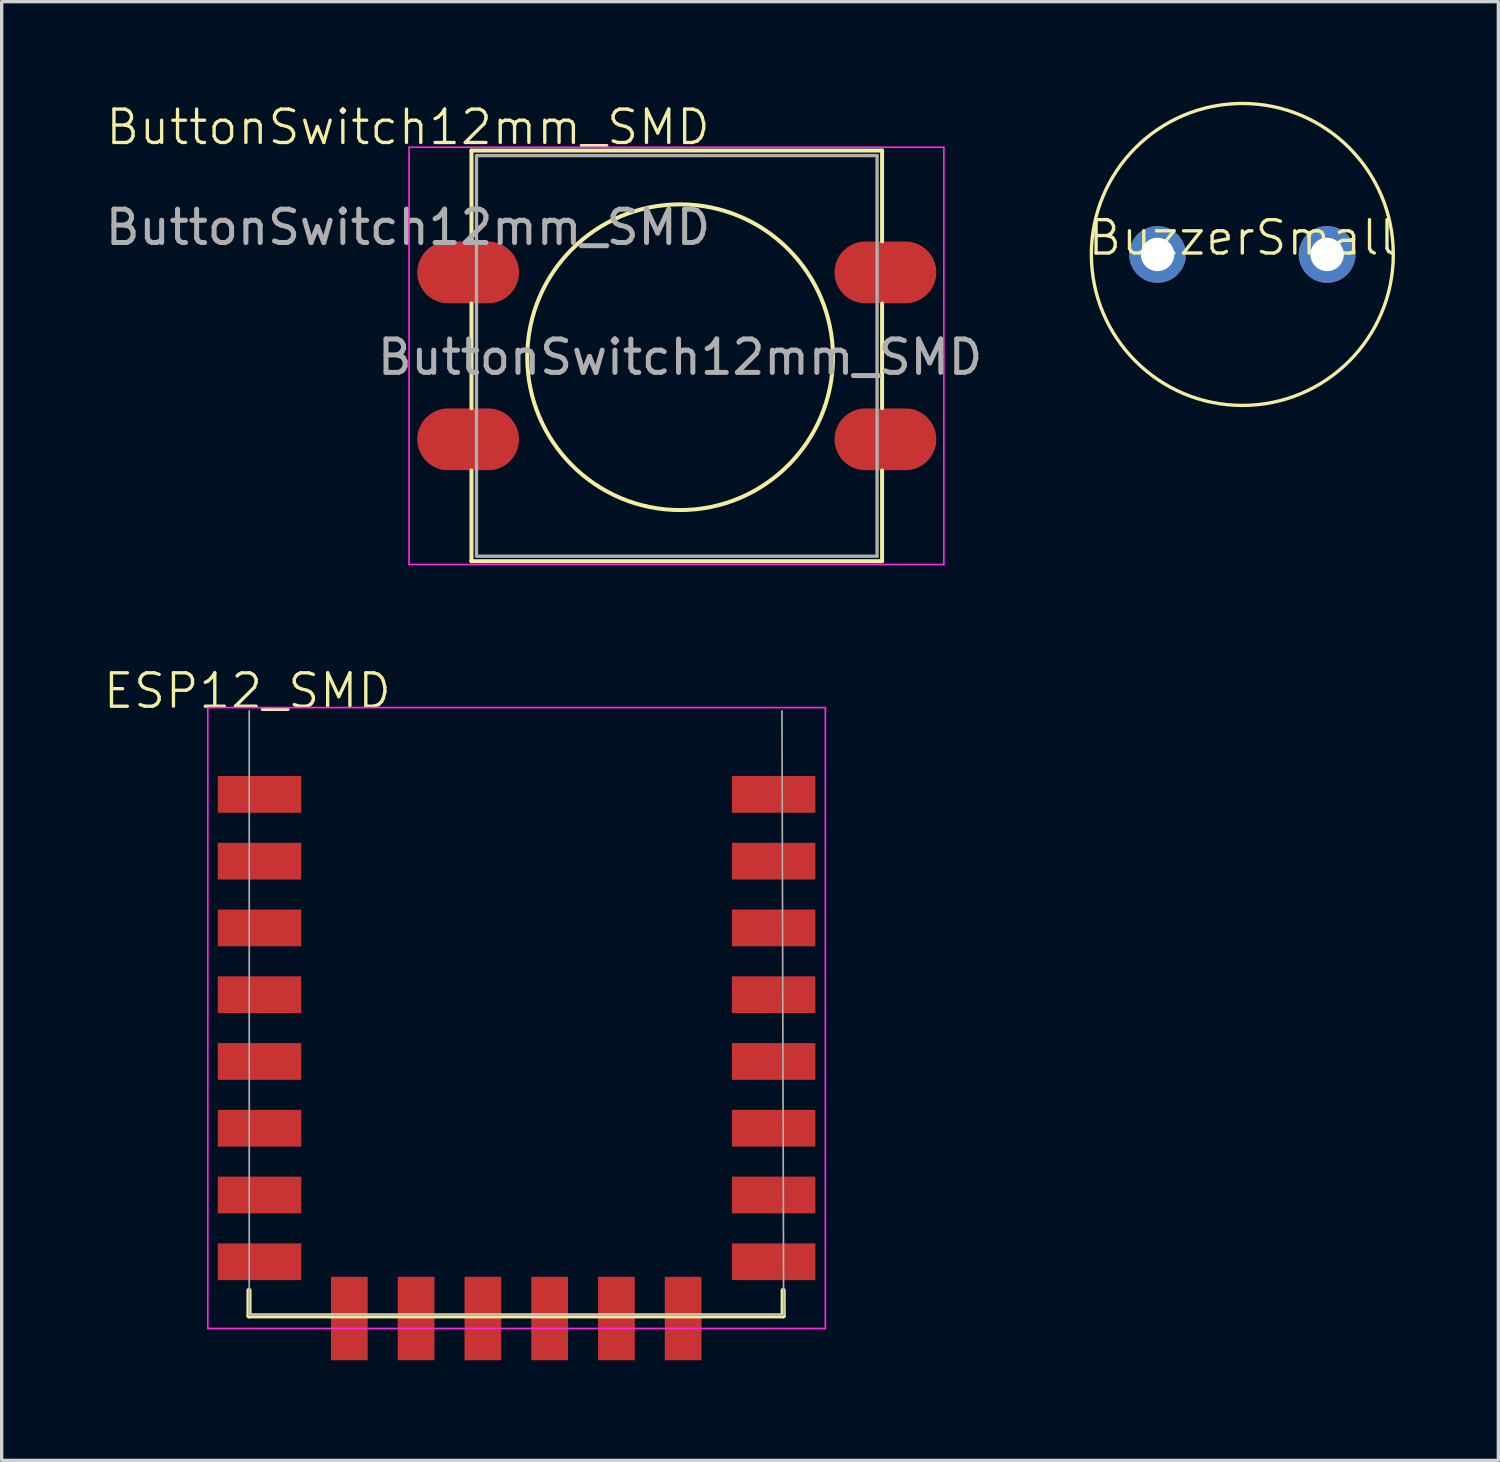
<source format=kicad_pcb>
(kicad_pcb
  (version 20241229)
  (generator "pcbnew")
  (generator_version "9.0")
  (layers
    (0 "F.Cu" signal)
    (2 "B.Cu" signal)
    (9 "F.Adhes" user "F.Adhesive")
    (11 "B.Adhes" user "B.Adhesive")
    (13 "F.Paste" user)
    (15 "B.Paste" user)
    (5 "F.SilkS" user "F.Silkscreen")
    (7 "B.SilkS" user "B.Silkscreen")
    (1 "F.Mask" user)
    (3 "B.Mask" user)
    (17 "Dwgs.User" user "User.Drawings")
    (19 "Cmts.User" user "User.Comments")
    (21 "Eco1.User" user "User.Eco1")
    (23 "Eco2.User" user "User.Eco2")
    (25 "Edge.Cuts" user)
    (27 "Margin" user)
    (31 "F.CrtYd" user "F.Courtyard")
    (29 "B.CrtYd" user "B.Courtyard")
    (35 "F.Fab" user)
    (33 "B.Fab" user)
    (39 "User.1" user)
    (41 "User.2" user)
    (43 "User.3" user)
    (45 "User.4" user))
  (footprint "ButtonSwitch12mm_SMD"
    (layer "F.Cu")
    (at 9.173 1.26)
    (property "Reference" "ButtonSwitch12mm_SMD" (at 0 -0.5 0) (unlocked yes) (layer "F.SilkS") (effects (font (size 1 1) (thickness 0.1))))
    (attr smd)
    (fp_line (start 1.9 0.2) (end 14.2 0.2) (stroke (width 0.12) (type solid)) (layer "F.SilkS"))
    (fp_line (start 1.9 2.92) (end 1.9 0.2) (stroke (width 0.12) (type solid)) (layer "F.SilkS"))
    (fp_line (start 1.9 7.92) (end 1.9 4.78) (stroke (width 0.12) (type solid)) (layer "F.SilkS"))
    (fp_line (start 1.9 12.5) (end 1.9 9.78) (stroke (width 0.12) (type solid)) (layer "F.SilkS"))
    (fp_line (start 14.2 0.2) (end 14.2 2.92) (stroke (width 0.12) (type solid)) (layer "F.SilkS"))
    (fp_line (start 14.2 4.78) (end 14.2 7.92) (stroke (width 0.12) (type solid)) (layer "F.SilkS"))
    (fp_line (start 14.2 9.78) (end 14.2 12.5) (stroke (width 0.12) (type solid)) (layer "F.SilkS"))
    (fp_line (start 14.2 12.5) (end 1.9 12.5) (stroke (width 0.12) (type solid)) (layer "F.SilkS"))
    (fp_circle (center 8.15 6.39) (end 11.96 8.93) (stroke (width 0.12) (type solid)) (fill no) (layer "F.SilkS"))
    (fp_line (start 0.03 0.1) (end 0.03 12.6) (stroke (width 0.05) (type solid)) (layer "F.CrtYd"))
    (fp_line (start 0.03 0.1) (end 16.05 0.1) (stroke (width 0.05) (type solid)) (layer "F.CrtYd"))
    (fp_line (start 16.05 12.6) (end 0.03 12.6) (stroke (width 0.05) (type solid)) (layer "F.CrtYd"))
    (fp_line (start 16.05 12.6) (end 16.05 0.1) (stroke (width 0.05) (type solid)) (layer "F.CrtYd"))
    (fp_line (start 2.05 0.35) (end 2.05 12.35) (stroke (width 0.1) (type solid)) (layer "F.Fab"))
    (fp_line (start 2.05 0.35) (end 14.05 0.35) (stroke (width 0.1) (type solid)) (layer "F.Fab"))
    (fp_line (start 2.05 12.35) (end 14.05 12.35) (stroke (width 0.1) (type solid)) (layer "F.Fab"))
    (fp_line (start 14.05 0.35) (end 14.05 12.35) (stroke (width 0.1) (type solid)) (layer "F.Fab"))
    (fp_text user "${REFERENCE}" (at 0 2.5 0) (unlocked yes) (layer "F.Fab") (effects (font (size 1 1) (thickness 0.15))))
    (fp_text user "${REFERENCE}" (at 8.15 6.39 0) (layer "F.Fab") (effects (font (size 1 1) (thickness 0.15))))
    (pad "1" smd oval (at 1.8 3.85) (size 3.048 1.85) (layers "F.Cu" "F.Mask" "F.Paste"))
    (pad "1" smd oval (at 14.3 3.85) (size 3.048 1.85) (layers "F.Cu" "F.Mask" "F.Paste"))
    (pad "2" smd oval (at 1.8 8.85) (size 3.048 1.85) (layers "F.Cu" "F.Mask" "F.Paste"))
    (pad "2" smd oval (at 14.3 8.85) (size 3.048 1.85) (layers "F.Cu" "F.Mask" "F.Paste")))
  (footprint "BuzzerSmall"
    (layer "F.Cu")
    (at 34.164 4.572)
    (property "Reference" "BuzzerSmall" (at 0 -0.5 0) (unlocked yes) (layer "F.SilkS") (effects (font (size 1 1) (thickness 0.1))))
    (attr through_hole)
    (fp_circle (center 0 0) (end 3.556 2.794) (stroke (width 0.1) (type default)) (fill no) (layer "F.SilkS"))
    (pad "1" thru_hole oval (at -2.54 0) (size 1.7 1.7) (drill 1) (layers "*.Cu" "*.Mask"))
    (pad "2" thru_hole oval (at 2.54 0) (size 1.7 1.7) (drill 1) (layers "*.Cu" "*.Mask")))
  (footprint "ESP12_SMD"
    (layer "F.Cu")
    (at 4.374 18.146)
    (property "Reference" "ESP12_SMD" (at -0.014 -0.5 0) (unlocked yes) (layer "F.SilkS") (effects (font (size 1 1) (thickness 0.1))))
    (attr smd)
    (fp_line (start 0.034 17.459) (end 0.034 18.221) (stroke (width 0.152) (type solid)) (layer "F.SilkS"))
    (fp_line (start 0.034 18.221) (end 16.036 18.221) (stroke (width 0.152) (type solid)) (layer "F.SilkS"))
    (fp_line (start 16.036 18.221) (end 16.036 17.459) (stroke (width 0.152) (type solid)) (layer "F.SilkS"))
    (fp_line (start -1.2 0) (end 17.3 0) (stroke (width 0.05) (type solid)) (layer "F.CrtYd"))
    (fp_line (start -1.2 18.6) (end -1.2 0) (stroke (width 0.05) (type solid)) (layer "F.CrtYd"))
    (fp_line (start 17.3 0) (end 17.3 18.6) (stroke (width 0.05) (type solid)) (layer "F.CrtYd"))
    (fp_line (start 17.3 18.6) (end -1.2 18.6) (stroke (width 0.05) (type solid)) (layer "F.CrtYd"))
    (fp_line (start 0.042 18.2) (end 0.042 0.1) (stroke (width 0.05) (type solid)) (layer "F.Fab"))
    (fp_line (start 16 0.1) (end 16.05 18.2) (stroke (width 0.05) (type solid)) (layer "F.Fab"))
    (fp_line (start 16.042 18.2) (end 0.042 18.2) (stroke (width 0.05) (type solid)) (layer "F.Fab"))
    (pad "1" smd rect (at 1.05 2.6) (size 2.5 1.1) (drill (offset -0.7 0)) (layers "F.Cu" "F.Mask" "F.Paste"))
    (pad "2" smd rect (at 1.05 4.6) (size 2.5 1.1) (drill (offset -0.7 0)) (layers "F.Cu" "F.Mask" "F.Paste"))
    (pad "3" smd rect (at 1.05 6.6) (size 2.5 1.1) (drill (offset -0.7 0)) (layers "F.Cu" "F.Mask" "F.Paste"))
    (pad "4" smd rect (at 1.05 8.6) (size 2.5 1.1) (drill (offset -0.7 0)) (layers "F.Cu" "F.Mask" "F.Paste"))
    (pad "5" smd rect (at 1.05 10.6) (size 2.5 1.1) (drill (offset -0.7 0)) (layers "F.Cu" "F.Mask" "F.Paste"))
    (pad "6" smd rect (at 1.05 12.6) (size 2.5 1.1) (drill (offset -0.7 0)) (layers "F.Cu" "F.Mask" "F.Paste"))
    (pad "7" smd rect (at 1.05 14.6) (size 2.5 1.1) (drill (offset -0.7 0)) (layers "F.Cu" "F.Mask" "F.Paste"))
    (pad "8" smd rect (at 1.05 16.6) (size 2.5 1.1) (drill (offset -0.7 0)) (layers "F.Cu" "F.Mask" "F.Paste"))
    (pad "9" smd rect (at 15.05 16.6) (size 2.5 1.1) (drill (offset 0.7 0)) (layers "F.Cu" "F.Mask" "F.Paste"))
    (pad "10" smd rect (at 15.05 14.6) (size 2.5 1.1) (drill (offset 0.7 0)) (layers "F.Cu" "F.Mask" "F.Paste"))
    (pad "11" smd rect (at 15.05 12.6) (size 2.5 1.1) (drill (offset 0.7 0)) (layers "F.Cu" "F.Mask" "F.Paste"))
    (pad "12" smd rect (at 15.05 10.6) (size 2.5 1.1) (drill (offset 0.7 0)) (layers "F.Cu" "F.Mask" "F.Paste"))
    (pad "13" smd rect (at 15.05 8.6) (size 2.5 1.1) (drill (offset 0.7 0)) (layers "F.Cu" "F.Mask" "F.Paste"))
    (pad "14" smd rect (at 15.05 6.6) (size 2.5 1.1) (drill (offset 0.7 0)) (layers "F.Cu" "F.Mask" "F.Paste"))
    (pad "15" smd rect (at 15.05 4.6) (size 2.5 1.1) (drill (offset 0.7 0)) (layers "F.Cu" "F.Mask" "F.Paste"))
    (pad "16" smd rect (at 15.05 2.6) (size 2.5 1.1) (drill (offset 0.7 0)) (layers "F.Cu" "F.Mask" "F.Paste"))
    (pad "17" smd rect (at 3.04 17.6 90) (size 2.5 1.1) (drill (offset -0.7 0)) (layers "F.Cu" "F.Mask" "F.Paste"))
    (pad "18" smd rect (at 5.04 17.6 90) (size 2.5 1.1) (drill (offset -0.7 0)) (layers "F.Cu" "F.Mask" "F.Paste"))
    (pad "19" smd rect (at 7.04 17.6 90) (size 2.5 1.1) (drill (offset -0.7 0)) (layers "F.Cu" "F.Mask" "F.Paste"))
    (pad "20" smd rect (at 9.04 17.6 90) (size 2.5 1.1) (drill (offset -0.7 0)) (layers "F.Cu" "F.Mask" "F.Paste"))
    (pad "21" smd rect (at 11.04 17.6 90) (size 2.5 1.1) (drill (offset -0.7 0)) (layers "F.Cu" "F.Mask" "F.Paste"))
    (pad "22" smd rect (at 13.04 17.6 90) (size 2.5 1.1) (drill (offset -0.7 0)) (layers "F.Cu" "F.Mask" "F.Paste")))
  (gr_rect
    (start -3 -3)
    (end 41.833 40.696)
    (stroke (width 0.1) (type default))
    (fill no)
    (layer "Edge.Cuts")))
</source>
